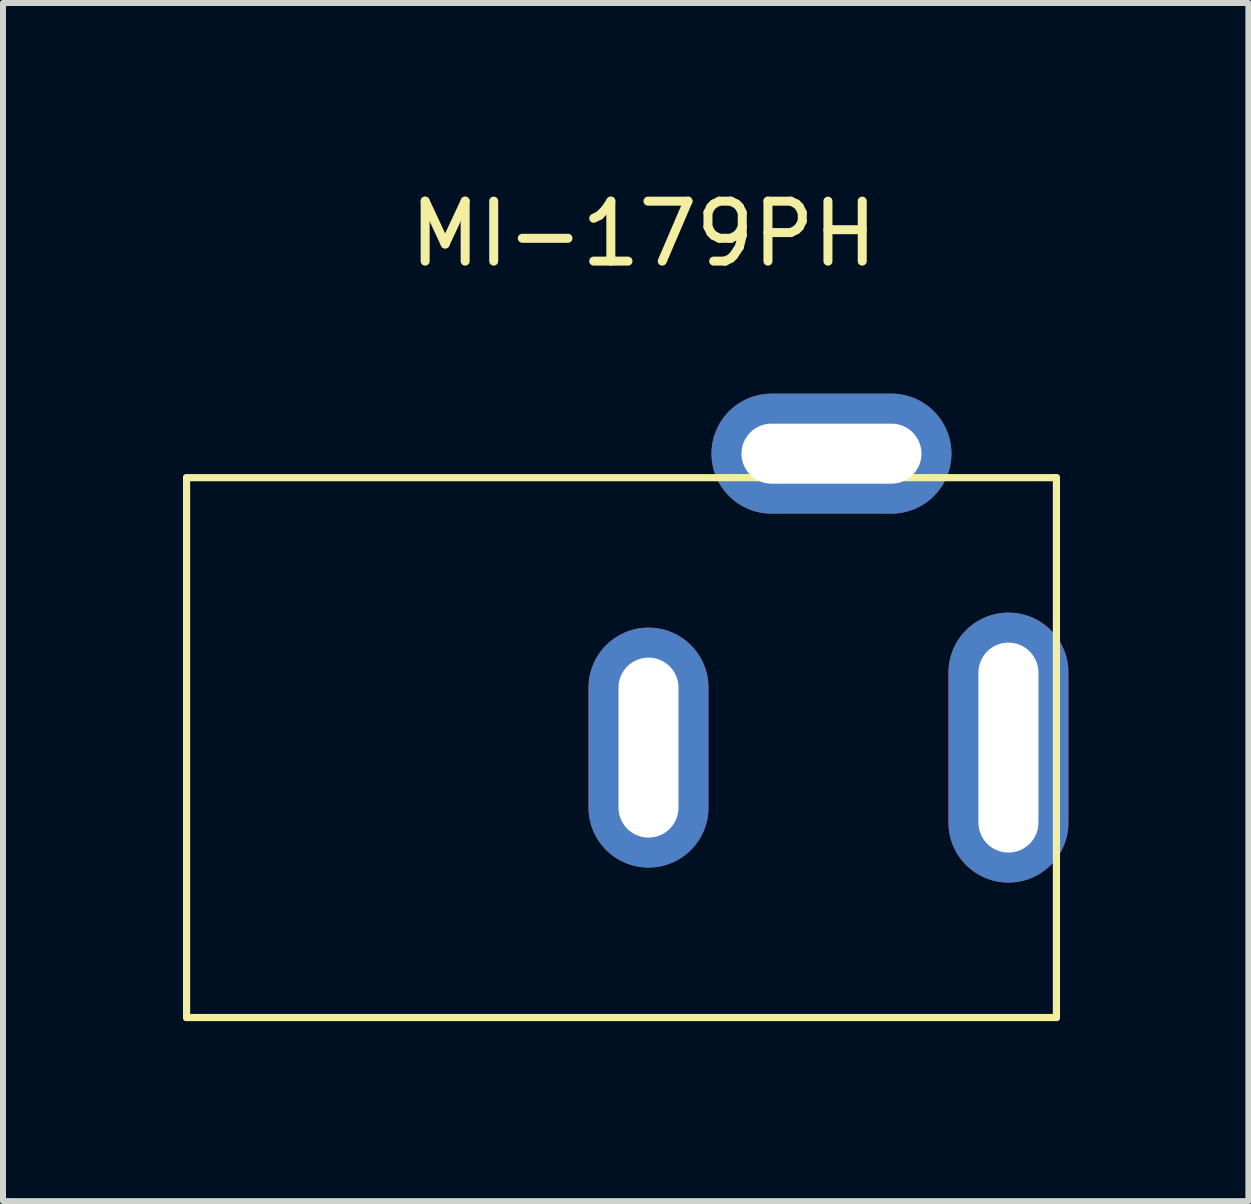
<source format=kicad_pcb>
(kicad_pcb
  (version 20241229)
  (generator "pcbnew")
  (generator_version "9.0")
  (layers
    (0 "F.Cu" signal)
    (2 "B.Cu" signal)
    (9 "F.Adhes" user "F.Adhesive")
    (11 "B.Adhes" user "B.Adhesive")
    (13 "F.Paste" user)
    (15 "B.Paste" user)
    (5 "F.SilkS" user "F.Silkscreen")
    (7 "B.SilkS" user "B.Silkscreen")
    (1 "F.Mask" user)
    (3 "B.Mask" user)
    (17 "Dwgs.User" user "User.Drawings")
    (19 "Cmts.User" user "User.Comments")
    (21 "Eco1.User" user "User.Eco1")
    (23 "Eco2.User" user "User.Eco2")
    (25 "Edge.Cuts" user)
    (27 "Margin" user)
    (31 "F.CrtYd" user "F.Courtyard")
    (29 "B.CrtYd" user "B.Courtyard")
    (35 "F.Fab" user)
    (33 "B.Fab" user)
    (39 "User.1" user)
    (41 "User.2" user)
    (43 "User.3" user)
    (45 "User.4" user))
  (footprint "MI-179PH"
    (layer "F.Cu")
    (at 6.664 8.976)
    (property "Reference" "MI-179PH" (at 1.016 -8.128 0) (layer "F.SilkS") (effects (font (size 1 1) (thickness 0.15))))
    (attr through_hole)
    (fp_line (start -6.604 -4.064) (end -6.604 4.936) (stroke (width 0.12) (type solid)) (layer "F.SilkS"))
    (fp_line (start -6.604 4.936) (end 7.896 4.936) (stroke (width 0.12) (type solid)) (layer "F.SilkS"))
    (fp_line (start 7.896 -4.064) (end -6.604 -4.064) (stroke (width 0.12) (type solid)) (layer "F.SilkS"))
    (fp_line (start 7.896 4.936) (end 7.896 -4.064) (stroke (width 0.12) (type solid)) (layer "F.SilkS"))
    (pad "1" thru_hole oval (at 7.096 0.436) (size 2 4.5) (drill oval 1 3.5) (layers "*.Cu" "*.Mask"))
    (pad "2" thru_hole oval (at 1.096 0.436) (size 2 4) (drill oval 1 3) (layers "*.Cu" "*.Mask"))
    (pad "3" thru_hole oval (at 4.146 -4.464 90) (size 2 4) (drill oval 1 3) (layers "*.Cu" "*.Mask")))
  (gr_rect
    (start -3 -3)
    (end 17.76 16.972)
    (stroke (width 0.1) (type default))
    (fill no)
    (layer "Edge.Cuts")))
</source>
